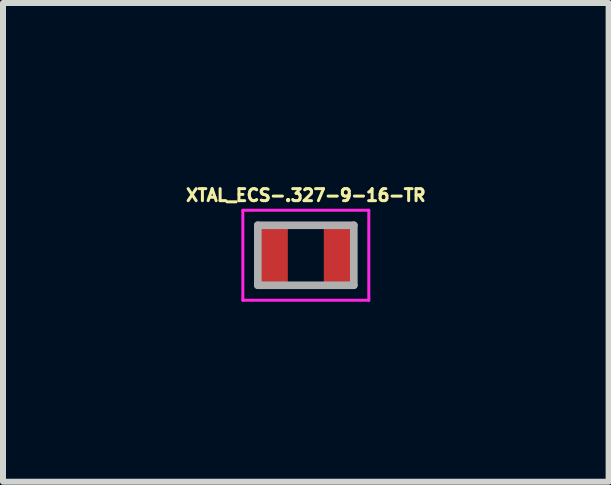
<source format=kicad_pcb>
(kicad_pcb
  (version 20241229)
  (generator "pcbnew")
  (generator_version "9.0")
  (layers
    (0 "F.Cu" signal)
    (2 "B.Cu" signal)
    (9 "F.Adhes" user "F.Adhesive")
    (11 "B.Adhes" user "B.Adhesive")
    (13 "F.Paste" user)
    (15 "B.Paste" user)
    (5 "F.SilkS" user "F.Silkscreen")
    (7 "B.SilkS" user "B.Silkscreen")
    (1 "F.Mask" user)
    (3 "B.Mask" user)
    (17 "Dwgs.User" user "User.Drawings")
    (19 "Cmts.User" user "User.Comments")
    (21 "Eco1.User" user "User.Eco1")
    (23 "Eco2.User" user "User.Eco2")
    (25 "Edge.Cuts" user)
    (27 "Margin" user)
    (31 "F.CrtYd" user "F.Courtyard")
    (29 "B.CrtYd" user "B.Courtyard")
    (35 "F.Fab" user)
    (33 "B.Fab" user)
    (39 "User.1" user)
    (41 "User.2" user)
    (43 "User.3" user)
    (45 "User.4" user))
  (footprint "XTAL_ECS-.327-9-16-TR"
    (layer "F.Cu")
    (at 2.048 1.205)
    (property "Reference" "XTAL_ECS-.327-9-16-TR" (at 0 -1 0) (layer "F.SilkS") (effects (font (size 0.2 0.2) (thickness 0.05))))
    (attr through_hole)
    (fp_line (start -1.05 -0.75) (end -1.05 0.75) (stroke (width 0.05) (type solid)) (layer "F.CrtYd"))
    (fp_line (start -1.05 0.75) (end 1.05 0.75) (stroke (width 0.05) (type solid)) (layer "F.CrtYd"))
    (fp_line (start 1.05 -0.75) (end -1.05 -0.75) (stroke (width 0.05) (type solid)) (layer "F.CrtYd"))
    (fp_line (start 1.05 0.75) (end 1.05 -0.75) (stroke (width 0.05) (type solid)) (layer "F.CrtYd"))
    (fp_line (start -0.8 -0.5) (end -0.8 0.5) (stroke (width 0.127) (type solid)) (layer "F.Fab"))
    (fp_line (start -0.8 0.5) (end 0.8 0.5) (stroke (width 0.127) (type solid)) (layer "F.Fab"))
    (fp_line (start 0.8 -0.5) (end -0.8 -0.5) (stroke (width 0.127) (type solid)) (layer "F.Fab"))
    (fp_line (start 0.8 0.5) (end 0.8 -0.5) (stroke (width 0.127) (type solid)) (layer "F.Fab"))
    (pad "1" smd rect (at -0.55 0) (size 0.5 1) (layers "F.Cu" "F.Mask" "F.Paste"))
    (pad "2" smd rect (at 0.55 0) (size 0.5 1) (layers "F.Cu" "F.Mask" "F.Paste")))
  (gr_rect
    (start -3 -3)
    (end 7.096 4.98)
    (stroke (width 0.1) (type default))
    (fill no)
    (layer "Edge.Cuts")))
</source>
